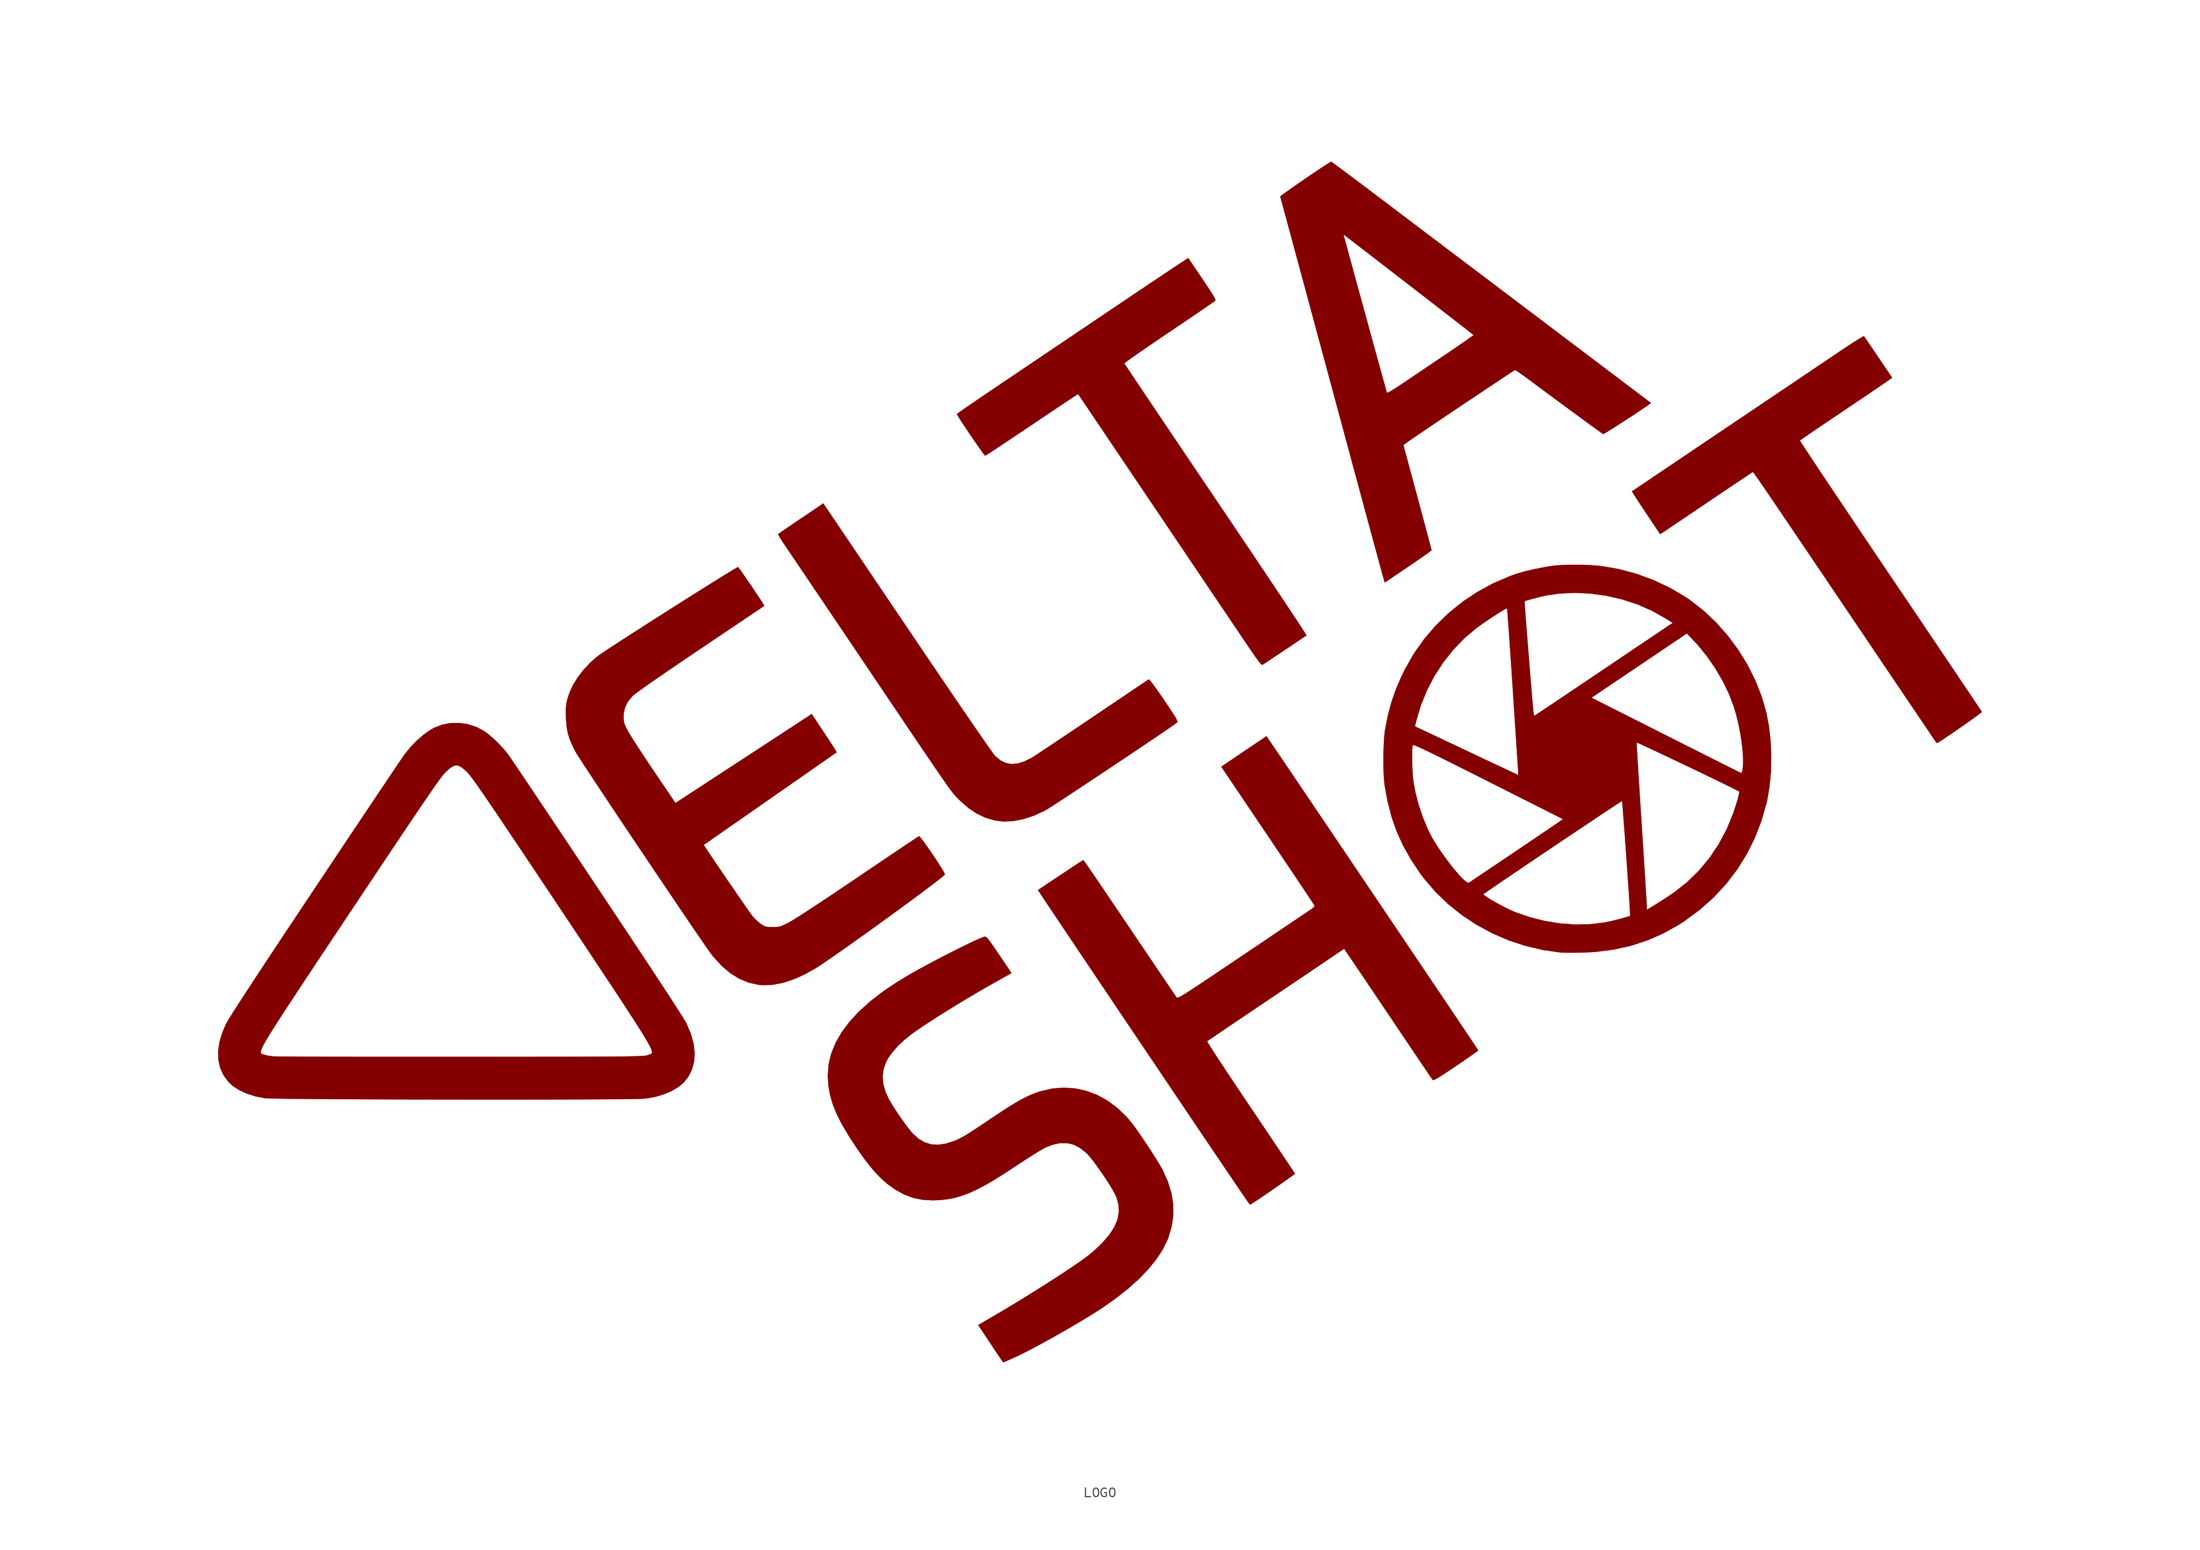
<source format=kicad_sym>
(kicad_symbol_lib
  (version 20210619)
  (generator bitmap2component)
  (symbol "LOGO"
    (pin_names
      (offset 1.016))
    (property "Reference" "#G"
      (at 0 70.485 0)
      (effects (font (size 1.27 1.27)) hide))
    (symbol "LOGO_0_0"
      (polyline (pts (xy -16.193 -58.755) (xy -16.086 -58.71) (xy -15.859 -58.612) (xy -15.542 -58.472) (xy -15.164 -58.304) (xy -15.001 -58.23) (xy -14.394 -57.937) (xy -13.674 -57.57) (xy -12.867 -57.143) (xy -11.995 -56.668) (xy -11.082 -56.158) (xy -10.152 -55.627) (xy -9.228 -55.088) (xy -8.334 -54.553) (xy -7.493 -54.037) (xy -6.754 -53.562) (xy -5.437 -52.641) (xy -4.247 -51.704) (xy -3.192 -50.759) (xy -2.279 -49.812) (xy -1.513 -48.869) (xy -0.901 -47.938) (xy -0.45 -47.024) (xy -0.35 -46.766) (xy -0.033 -45.7) (xy 0.121 -44.638) (xy 0.111 -43.571) (xy -0.064 -42.493) (xy -0.403 -41.396) (xy -0.907 -40.272) (xy -0.925 -40.24) (xy -1.11 -39.91) (xy -1.373 -39.475) (xy -1.693 -38.963) (xy -2.053 -38.402) (xy -2.434 -37.822) (xy -2.816 -37.251) (xy -3.18 -36.718) (xy -3.509 -36.252) (xy -3.783 -35.88) (xy -4.398 -35.148) (xy -5.268 -34.315) (xy -6.201 -33.626) (xy -7.188 -33.085) (xy -8.22 -32.696) (xy -9.287 -32.462) (xy -10.377 -32.387) (xy -11.483 -32.474) (xy -12.594 -32.726) (xy -13.008 -32.862) (xy -13.469 -33.039) (xy -13.945 -33.254) (xy -14.456 -33.517) (xy -15.02 -33.839) (xy -15.66 -34.231) (xy -16.394 -34.705) (xy -17.242 -35.27) (xy -17.802 -35.647) (xy -18.438 -36.072) (xy -18.964 -36.419) (xy -19.398 -36.699) (xy -19.757 -36.923) (xy -20.058 -37.099) (xy -20.319 -37.24) (xy -20.556 -37.355) (xy -20.788 -37.455) (xy -21.031 -37.549) (xy -21.693 -37.757) (xy -22.435 -37.87) (xy -23.117 -37.828) (xy -23.751 -37.631) (xy -24.345 -37.275) (xy -24.909 -36.758) (xy -25.023 -36.628) (xy -25.3 -36.281) (xy -25.628 -35.843) (xy -25.981 -35.346) (xy -26.336 -34.828) (xy -26.669 -34.322) (xy -26.954 -33.865) (xy -27.169 -33.49) (xy -27.482 -32.809) (xy -27.706 -32.029) (xy -27.767 -31.281) (xy -27.665 -30.557) (xy -27.401 -29.852) (xy -27.265 -29.603) (xy -26.864 -29.027) (xy -26.341 -28.429) (xy -25.721 -27.837) (xy -25.029 -27.277) (xy -24.754 -27.077) (xy -24.137 -26.649) (xy -23.403 -26.161) (xy -22.573 -25.625) (xy -21.668 -25.055) (xy -20.708 -24.463) (xy -19.715 -23.863) (xy -18.709 -23.268) (xy -17.71 -22.689) (xy -16.741 -22.141) (xy -15.406 -21.396) (xy -15.547 -21.175) (xy -15.571 -21.139) (xy -15.691 -20.958) (xy -15.885 -20.67) (xy -16.136 -20.299) (xy -16.427 -19.869) (xy -16.743 -19.403) (xy -16.869 -19.218) (xy -17.187 -18.754) (xy -17.43 -18.409) (xy -17.612 -18.168) (xy -17.745 -18.012) (xy -17.845 -17.927) (xy -17.925 -17.895) (xy -17.998 -17.901) (xy -18.159 -17.953) (xy -18.49 -18.088) (xy -18.937 -18.288) (xy -19.481 -18.545) (xy -20.104 -18.848) (xy -20.787 -19.188) (xy -21.511 -19.556) (xy -22.259 -19.942) (xy -23.01 -20.338) (xy -23.747 -20.733) (xy -24.451 -21.119) (xy -25.104 -21.486) (xy -26.274 -22.184) (xy -27.687 -23.128) (xy -28.935 -24.088) (xy -30.019 -25.063) (xy -30.938 -26.053) (xy -31.69 -27.056) (xy -32.276 -28.073) (xy -32.694 -29.101) (xy -32.945 -30.141) (xy -33.027 -31.192) (xy -33.027 -31.232) (xy -32.973 -32.158) (xy -32.818 -33.067) (xy -32.554 -33.982) (xy -32.173 -34.927) (xy -31.669 -35.922) (xy -31.032 -36.991) (xy -30.86 -37.262) (xy -30.176 -38.298) (xy -29.543 -39.193) (xy -28.95 -39.961) (xy -28.387 -40.614) (xy -27.842 -41.166) (xy -27.306 -41.63) (xy -26.567 -42.162) (xy -25.71 -42.638) (xy -24.837 -42.964) (xy -23.924 -43.149) (xy -22.945 -43.202) (xy -22.252 -43.175) (xy -21.572 -43.101) (xy -20.903 -42.973) (xy -20.227 -42.784) (xy -19.528 -42.527) (xy -18.788 -42.194) (xy -17.99 -41.778) (xy -17.116 -41.273) (xy -16.148 -40.671) (xy -15.071 -39.965) (xy -14.771 -39.766) (xy -14.188 -39.384) (xy -13.633 -39.028) (xy -13.13 -38.711) (xy -12.7 -38.448) (xy -12.366 -38.252) (xy -12.15 -38.138) (xy -11.442 -37.861) (xy -10.728 -37.706) (xy -10.063 -37.706) (xy -9.433 -37.862) (xy -8.825 -38.178) (xy -8.224 -38.654) (xy -8.065 -38.817) (xy -7.781 -39.153) (xy -7.447 -39.584) (xy -7.082 -40.083) (xy -6.706 -40.62) (xy -6.338 -41.167) (xy -5.998 -41.697) (xy -5.705 -42.179) (xy -5.478 -42.586) (xy -5.337 -42.889) (xy -5.323 -42.926) (xy -5.135 -43.64) (xy -5.106 -44.343) (xy -5.235 -45.043) (xy -5.527 -45.746) (xy -5.982 -46.459) (xy -6.603 -47.188) (xy -6.847 -47.436) (xy -7.247 -47.818) (xy -7.651 -48.181) (xy -8 -48.47) (xy -8.422 -48.785) (xy -8.993 -49.189) (xy -9.676 -49.655) (xy -10.451 -50.171) (xy -11.301 -50.726) (xy -12.207 -51.307) (xy -13.151 -51.903) (xy -14.115 -52.502) (xy -15.08 -53.093) (xy -16.028 -53.664) (xy -16.941 -54.202) (xy -18.6 -55.17) (xy -17.407 -56.962) (xy -17.128 -57.38) (xy -16.83 -57.824) (xy -16.576 -58.203) (xy -16.377 -58.497) (xy -16.247 -58.688) (xy -16.198 -58.756) (xy -16.193 -58.755)) (stroke (width 0.01)) (fill (type outline)))
      (polyline (pts (xy 7.531 -43.595) (xy 7.669 -43.512) (xy 7.915 -43.352) (xy 8.247 -43.131) (xy 8.645 -42.862) (xy 9.089 -42.56) (xy 9.557 -42.238) (xy 10.03 -41.912) (xy 10.485 -41.594) (xy 10.904 -41.3) (xy 11.265 -41.044) (xy 11.547 -40.84) (xy 11.73 -40.702) (xy 11.794 -40.645) (xy 11.746 -40.568) (xy 11.61 -40.361) (xy 11.393 -40.033) (xy 11.101 -39.595) (xy 10.742 -39.057) (xy 10.321 -38.429) (xy 9.847 -37.72) (xy 9.324 -36.941) (xy 8.761 -36.103) (xy 8.163 -35.215) (xy 7.538 -34.286) (xy 6.916 -33.361) (xy 6.322 -32.474) (xy 5.763 -31.636) (xy 5.246 -30.858) (xy 4.778 -30.15) (xy 4.365 -29.522) (xy 4.015 -28.984) (xy 3.733 -28.546) (xy 3.526 -28.219) (xy 3.401 -28.011) (xy 3.364 -27.934) (xy 3.367 -27.931) (xy 3.467 -27.862) (xy 3.694 -27.706) (xy 4.038 -27.473) (xy 4.488 -27.167) (xy 5.034 -26.798) (xy 5.663 -26.373) (xy 6.366 -25.898) (xy 7.131 -25.382) (xy 7.948 -24.831) (xy 8.805 -24.254) (xy 9.625 -23.702) (xy 10.503 -23.11) (xy 11.354 -22.538) (xy 12.162 -21.993) (xy 12.915 -21.486) (xy 13.597 -21.026) (xy 14.195 -20.622) (xy 14.695 -20.285) (xy 15.083 -20.023) (xy 15.344 -19.846) (xy 16.507 -19.059) (xy 17.3 -20.219) (xy 17.402 -20.369) (xy 17.637 -20.716) (xy 17.951 -21.18) (xy 18.333 -21.745) (xy 18.773 -22.398) (xy 19.262 -23.124) (xy 19.789 -23.907) (xy 20.345 -24.734) (xy 20.92 -25.589) (xy 21.503 -26.458) (xy 21.983 -27.171) (xy 22.522 -27.973) (xy 23.028 -28.725) (xy 23.494 -29.416) (xy 23.913 -30.035) (xy 24.275 -30.57) (xy 24.574 -31.01) (xy 24.802 -31.343) (xy 24.951 -31.559) (xy 25.013 -31.645) (xy 25.024 -31.654) (xy 25.095 -31.654) (xy 25.227 -31.603) (xy 25.432 -31.493) (xy 25.723 -31.316) (xy 26.114 -31.065) (xy 26.617 -30.732) (xy 27.246 -30.309) (xy 27.464 -30.161) (xy 27.978 -29.81) (xy 28.437 -29.495) (xy 28.824 -29.226) (xy 29.121 -29.016) (xy 29.312 -28.876) (xy 29.379 -28.819) (xy 29.378 -28.816) (xy 29.317 -28.719) (xy 29.168 -28.492) (xy 28.939 -28.147) (xy 28.637 -27.692) (xy 28.267 -27.138) (xy 27.836 -26.495) (xy 27.351 -25.772) (xy 26.819 -24.979) (xy 26.246 -24.127) (xy 25.639 -23.224) (xy 25.004 -22.282) (xy 23.777 -20.461) (xy 22.382 -18.391) (xy 21.076 -16.453) (xy 19.858 -14.646) (xy 18.724 -12.964) (xy 17.672 -11.403) (xy 16.699 -9.96) (xy 15.803 -8.632) (xy 14.981 -7.412) (xy 14.231 -6.3) (xy 13.549 -5.289) (xy 12.933 -4.376) (xy 12.381 -3.558) (xy 11.89 -2.83) (xy 11.457 -2.189) (xy 11.08 -1.631) (xy 10.755 -1.151) (xy 10.482 -0.746) (xy 10.255 -0.412) (xy 10.074 -0.145) (xy 9.936 0.058) (xy 9.059 1.344) (xy 7.089 0.016) (xy 7.044 -0.015) (xy 6.524 -0.365) (xy 6.045 -0.69) (xy 5.624 -0.974) (xy 5.284 -1.205) (xy 5.044 -1.369) (xy 4.924 -1.452) (xy 4.729 -1.591) (xy 9.179 -8.194) (xy 9.34 -8.433) (xy 9.976 -9.377) (xy 10.583 -10.28) (xy 11.155 -11.131) (xy 11.685 -11.921) (xy 12.167 -12.641) (xy 12.594 -13.279) (xy 12.959 -13.827) (xy 13.256 -14.274) (xy 13.478 -14.611) (xy 13.619 -14.827) (xy 13.671 -14.912) (xy 13.666 -14.968) (xy 13.549 -15.113) (xy 13.313 -15.294) (xy 13.216 -15.359) (xy 12.98 -15.518) (xy 12.623 -15.758) (xy 12.156 -16.072) (xy 11.59 -16.453) (xy 10.937 -16.893) (xy 10.207 -17.384) (xy 9.41 -17.921) (xy 8.559 -18.495) (xy 7.663 -19.098) (xy 6.734 -19.724) (xy 5.666 -20.444) (xy 4.721 -21.08) (xy 3.898 -21.632) (xy 3.19 -22.106) (xy 2.587 -22.507) (xy 2.081 -22.84) (xy 1.663 -23.112) (xy 1.325 -23.328) (xy 1.056 -23.494) (xy 0.85 -23.614) (xy 0.697 -23.695) (xy 0.588 -23.741) (xy 0.516 -23.76) (xy 0.47 -23.755) (xy 0.442 -23.734) (xy 0.389 -23.656) (xy 0.246 -23.447) (xy 0.023 -23.118) (xy -0.273 -22.683) (xy -0.632 -22.151) (xy -1.049 -21.536) (xy -1.514 -20.847) (xy -2.021 -20.096) (xy -2.562 -19.296) (xy -3.128 -18.457) (xy -3.716 -17.585) (xy -4.479 -16.456) (xy -5.155 -15.454) (xy -5.751 -14.572) (xy -6.271 -13.802) (xy -6.721 -13.137) (xy -7.106 -12.569) (xy -7.432 -12.091) (xy -7.702 -11.694) (xy -7.924 -11.372) (xy -8.101 -11.116) (xy -8.239 -10.92) (xy -8.344 -10.775) (xy -8.42 -10.674) (xy -8.473 -10.609) (xy -8.507 -10.573) (xy -8.529 -10.558) (xy -8.543 -10.557) (xy -8.545 -10.559) (xy -8.641 -10.618) (xy -8.854 -10.756) (xy -9.162 -10.958) (xy -9.544 -11.211) (xy -9.98 -11.499) (xy -10.448 -11.81) (xy -10.927 -12.129) (xy -11.396 -12.442) (xy -11.835 -12.736) (xy -12.221 -12.995) (xy -12.534 -13.206) (xy -12.754 -13.355) (xy -12.857 -13.428) (xy -12.84 -13.458) (xy -12.738 -13.615) (xy -12.55 -13.899) (xy -12.282 -14.303) (xy -11.938 -14.819) (xy -11.524 -15.439) (xy -11.044 -16.155) (xy -10.506 -16.959) (xy -9.913 -17.844) (xy -9.271 -18.801) (xy -8.585 -19.823) (xy -7.86 -20.902) (xy -7.103 -22.029) (xy -6.317 -23.198) (xy -5.509 -24.401) (xy -4.683 -25.628) (xy -3.845 -26.874) (xy -3.001 -28.129) (xy -2.155 -29.387) (xy -1.312 -30.638) (xy -0.479 -31.875) (xy 0.34 -33.091) (xy 1.14 -34.278) (xy 1.914 -35.427) (xy 2.659 -36.532) (xy 3.368 -37.583) (xy 4.036 -38.573) (xy 4.659 -39.495) (xy 5.23 -40.34) (xy 5.745 -41.101) (xy 6.197 -41.77) (xy 6.583 -42.338) (xy 6.896 -42.799) (xy 7.132 -43.144) (xy 7.285 -43.365) (xy 7.349 -43.455) (xy 7.436 -43.547) (xy 7.509 -43.603) (xy 7.531 -43.595)) (stroke (width 0.01)) (fill (type outline)))
      (polyline (pts (xy -64.075 -33.528) (xy -62.595 -33.527) (xy -61.155 -33.526) (xy -59.766 -33.523) (xy -58.438 -33.52) (xy -57.179 -33.516) (xy -56 -33.511) (xy -54.911 -33.506) (xy -53.921 -33.499) (xy -53.041 -33.492) (xy -52.281 -33.484) (xy -51.649 -33.475) (xy -51.157 -33.465) (xy -50.813 -33.454) (xy -50.628 -33.442) (xy -50.218 -33.387) (xy -49.464 -33.239) (xy -48.78 -33.032) (xy -48.102 -32.748) (xy -48.05 -32.723) (xy -47.371 -32.332) (xy -46.831 -31.878) (xy -46.409 -31.341) (xy -46.062 -30.654) (xy -45.854 -29.879) (xy -45.801 -29.047) (xy -45.904 -28.162) (xy -46.162 -27.23) (xy -46.576 -26.254) (xy -46.591 -26.224) (xy -46.717 -26.002) (xy -46.929 -25.653) (xy -47.227 -25.178) (xy -47.612 -24.575) (xy -48.085 -23.843) (xy -48.647 -22.981) (xy -49.298 -21.987) (xy -50.04 -20.86) (xy -50.872 -19.599) (xy -51.797 -18.203) (xy -52.814 -16.671) (xy -53.925 -15.001) (xy -55.129 -13.192) (xy -55.296 -12.942) (xy -56.166 -11.638) (xy -57.014 -10.367) (xy -57.834 -9.138) (xy -58.623 -7.958) (xy -59.374 -6.834) (xy -60.083 -5.775) (xy -60.744 -4.787) (xy -61.353 -3.88) (xy -61.904 -3.059) (xy -62.391 -2.334) (xy -62.811 -1.711) (xy -63.157 -1.199) (xy -63.425 -0.804) (xy -63.609 -0.535) (xy -63.705 -0.4) (xy -64.1 0.088) (xy -64.579 0.607) (xy -65.088 1.101) (xy -65.586 1.53) (xy -66.033 1.856) (xy -66.691 2.207) (xy -67.51 2.483) (xy -68.361 2.616) (xy -69.214 2.604) (xy -70.045 2.445) (xy -70.824 2.138) (xy -71.172 1.939) (xy -71.808 1.487) (xy -72.451 0.926) (xy -73.067 0.29) (xy -73.623 -0.392) (xy -73.634 -0.407) (xy -73.747 -0.569) (xy -73.947 -0.863) (xy -74.231 -1.281) (xy -74.591 -1.816) (xy -75.024 -2.459) (xy -75.524 -3.204) (xy -76.087 -4.042) (xy -76.706 -4.966) (xy -77.376 -5.968) (xy -78.094 -7.041) (xy -78.853 -8.176) (xy -79.648 -9.366) (xy -80.474 -10.604) (xy -81.327 -11.882) (xy -82.2 -13.192) (xy -82.447 -13.562) (xy -83.633 -15.344) (xy -84.725 -16.986) (xy -85.724 -18.491) (xy -86.63 -19.86) (xy -87.444 -21.094) (xy -88.168 -22.195) (xy -88.801 -23.162) (xy -89.345 -23.999) (xy -89.801 -24.705) (xy -90.168 -25.283) (xy -90.449 -25.732) (xy -90.644 -26.056) (xy -90.754 -26.254) (xy -91.09 -27.021) (xy -91.381 -27.959) (xy -91.518 -28.849) (xy -91.514 -29.034) (xy -87.438 -29.034) (xy -87.421 -28.884) (xy -87.415 -28.86) (xy -87.38 -28.747) (xy -87.325 -28.61) (xy -87.247 -28.442) (xy -87.141 -28.238) (xy -87.004 -27.992) (xy -86.832 -27.697) (xy -86.62 -27.347) (xy -86.366 -26.937) (xy -86.064 -26.459) (xy -85.712 -25.908) (xy -85.304 -25.278) (xy -84.838 -24.563) (xy -84.308 -23.756) (xy -83.712 -22.851) (xy -83.046 -21.843) (xy -82.304 -20.724) (xy -81.484 -19.489) (xy -80.582 -18.133) (xy -79.593 -16.648) (xy -78.513 -15.028) (xy -77.78 -13.928) (xy -76.789 -12.443) (xy -75.885 -11.089) (xy -75.063 -9.859) (xy -74.319 -8.747) (xy -73.649 -7.748) (xy -73.048 -6.854) (xy -72.513 -6.06) (xy -72.039 -5.359) (xy -71.622 -4.746) (xy -71.257 -4.214) (xy -70.941 -3.757) (xy -70.67 -3.368) (xy -70.438 -3.043) (xy -70.242 -2.773) (xy -70.077 -2.554) (xy -69.94 -2.378) (xy -69.826 -2.241) (xy -69.73 -2.135) (xy -69.65 -2.054) (xy -69.638 -2.043) (xy -69.255 -1.711) (xy -68.941 -1.512) (xy -68.661 -1.447) (xy -68.38 -1.516) (xy -68.065 -1.718) (xy -67.68 -2.054) (xy -67.626 -2.107) (xy -67.535 -2.205) (xy -67.427 -2.332) (xy -67.298 -2.494) (xy -67.142 -2.699) (xy -66.957 -2.953) (xy -66.736 -3.26) (xy -66.477 -3.628) (xy -66.176 -4.063) (xy -65.827 -4.571) (xy -65.427 -5.159) (xy -64.971 -5.831) (xy -64.455 -6.595) (xy -63.876 -7.457) (xy -63.228 -8.423) (xy -62.507 -9.499) (xy -61.71 -10.691) (xy -60.832 -12.006) (xy -59.869 -13.45) (xy -58.816 -15.028) (xy -58.529 -15.459) (xy -57.474 -17.042) (xy -56.508 -18.493) (xy -55.627 -19.818) (xy -54.828 -21.021) (xy -54.106 -22.11) (xy -53.458 -23.091) (xy -52.88 -23.97) (xy -52.367 -24.753) (xy -51.917 -25.445) (xy -51.524 -26.054) (xy -51.185 -26.586) (xy -50.896 -27.045) (xy -50.653 -27.44) (xy -50.452 -27.775) (xy -50.288 -28.057) (xy -50.16 -28.293) (xy -50.061 -28.487) (xy -49.989 -28.647) (xy -49.939 -28.778) (xy -49.907 -28.887) (xy -49.888 -29.003) (xy -49.922 -29.097) (xy -50.05 -29.174) (xy -50.305 -29.267) (xy -50.341 -29.279) (xy -50.406 -29.296) (xy -50.486 -29.311) (xy -50.59 -29.325) (xy -50.724 -29.338) (xy -50.895 -29.35) (xy -51.11 -29.36) (xy -51.376 -29.37) (xy -51.7 -29.379) (xy -52.089 -29.386) (xy -52.549 -29.393) (xy -53.089 -29.399) (xy -53.714 -29.404) (xy -54.431 -29.409) (xy -55.249 -29.413) (xy -56.173 -29.416) (xy -57.211 -29.419) (xy -58.369 -29.422) (xy -59.655 -29.424) (xy -61.075 -29.426) (xy -62.637 -29.427) (xy -64.347 -29.429) (xy -66.213 -29.43) (xy -68.241 -29.431) (xy -69.341 -29.432) (xy -71.032 -29.432) (xy -72.677 -29.432) (xy -74.268 -29.431) (xy -75.796 -29.43) (xy -77.254 -29.428) (xy -78.633 -29.426) (xy -79.925 -29.424) (xy -81.122 -29.421) (xy -82.215 -29.417) (xy -83.196 -29.413) (xy -84.057 -29.409) (xy -84.79 -29.404) (xy -85.387 -29.4) (xy -85.838 -29.394) (xy -86.137 -29.389) (xy -86.275 -29.383) (xy -86.541 -29.348) (xy -86.886 -29.284) (xy -87.15 -29.216) (xy -87.179 -29.206) (xy -87.37 -29.126) (xy -87.438 -29.034) (xy -91.514 -29.034) (xy -91.502 -29.686) (xy -91.334 -30.466) (xy -91.012 -31.183) (xy -90.539 -31.83) (xy -90.135 -32.206) (xy -89.512 -32.614) (xy -88.771 -32.957) (xy -87.938 -33.222) (xy -87.037 -33.399) (xy -87.003 -33.402) (xy -86.783 -33.414) (xy -86.405 -33.426) (xy -85.881 -33.437) (xy -85.22 -33.447) (xy -84.432 -33.457) (xy -83.527 -33.466) (xy -82.515 -33.475) (xy -81.405 -33.483) (xy -80.208 -33.49) (xy -78.933 -33.497) (xy -77.59 -33.503) (xy -76.189 -33.509) (xy -74.74 -33.514) (xy -73.252 -33.518) (xy -71.736 -33.521) (xy -70.202 -33.524) (xy -68.659 -33.526) (xy -67.116 -33.528) (xy -65.585 -33.528) (xy -64.075 -33.528)) (stroke (width 0.01)) (fill (type outline)))
      (polyline (pts (xy -38.317 -22.513) (xy -37.342 -22.327) (xy -36.324 -21.999) (xy -35.274 -21.533) (xy -34.205 -20.932) (xy -33.963 -20.778) (xy -33.54 -20.498) (xy -33.026 -20.148) (xy -32.43 -19.738) (xy -31.767 -19.274) (xy -31.047 -18.768) (xy -30.284 -18.226) (xy -29.489 -17.658) (xy -28.674 -17.074) (xy -27.852 -16.48) (xy -27.035 -15.888) (xy -26.234 -15.305) (xy -25.463 -14.739) (xy -24.733 -14.201) (xy -24.056 -13.699) (xy -23.445 -13.241) (xy -22.911 -12.836) (xy -22.467 -12.494) (xy -22.125 -12.223) (xy -21.898 -12.032) (xy -21.796 -11.929) (xy -21.795 -11.91) (xy -21.853 -11.773) (xy -21.989 -11.529) (xy -22.188 -11.202) (xy -22.434 -10.815) (xy -22.713 -10.39) (xy -23.008 -9.949) (xy -23.305 -9.516) (xy -23.588 -9.113) (xy -23.842 -8.763) (xy -24.052 -8.488) (xy -24.202 -8.311) (xy -24.277 -8.254) (xy -24.305 -8.271) (xy -24.46 -8.37) (xy -24.739 -8.555) (xy -25.131 -8.816) (xy -25.626 -9.147) (xy -26.213 -9.541) (xy -26.882 -9.991) (xy -27.622 -10.489) (xy -28.422 -11.029) (xy -29.272 -11.604) (xy -30.161 -12.206) (xy -30.885 -12.695) (xy -31.885 -13.368) (xy -32.821 -13.994) (xy -33.683 -14.567) (xy -34.462 -15.081) (xy -35.149 -15.53) (xy -35.734 -15.907) (xy -36.209 -16.207) (xy -36.562 -16.422) (xy -36.786 -16.548) (xy -36.975 -16.643) (xy -37.301 -16.8) (xy -37.549 -16.897) (xy -37.769 -16.95) (xy -38.01 -16.971) (xy -38.321 -16.976) (xy -38.559 -16.974) (xy -38.834 -16.958) (xy -39.037 -16.912) (xy -39.228 -16.818) (xy -39.466 -16.661) (xy -39.691 -16.486) (xy -40.014 -16.187) (xy -40.288 -15.884) (xy -40.328 -15.832) (xy -40.469 -15.635) (xy -40.682 -15.332) (xy -40.956 -14.939) (xy -41.279 -14.472) (xy -41.64 -13.948) (xy -42.028 -13.383) (xy -42.431 -12.794) (xy -42.839 -12.196) (xy -43.241 -11.607) (xy -43.625 -11.042) (xy -43.979 -10.518) (xy -44.294 -10.052) (xy -44.557 -9.66) (xy -44.757 -9.357) (xy -44.884 -9.162) (xy -44.925 -9.089) (xy -44.925 -9.089) (xy -44.841 -9.03) (xy -44.63 -8.882) (xy -44.3 -8.651) (xy -43.861 -8.345) (xy -43.323 -7.97) (xy -42.697 -7.533) (xy -41.99 -7.041) (xy -41.214 -6.5) (xy -40.378 -5.918) (xy -39.492 -5.301) (xy -38.566 -4.656) (xy -38.471 -4.59) (xy -37.548 -3.947) (xy -36.665 -3.332) (xy -35.833 -2.753) (xy -35.062 -2.215) (xy -34.361 -1.726) (xy -33.74 -1.293) (xy -33.209 -0.923) (xy -32.778 -0.622) (xy -32.456 -0.397) (xy -32.254 -0.255) (xy -32.181 -0.203) (xy -32.21 -0.14) (xy -32.32 0.047) (xy -32.503 0.339) (xy -32.744 0.716) (xy -33.034 1.16) (xy -33.359 1.651) (xy -34.571 3.473) (xy -34.79 3.329) (xy -34.793 3.327) (xy -34.944 3.227) (xy -35.224 3.044) (xy -35.618 2.786) (xy -36.113 2.462) (xy -36.696 2.081) (xy -37.353 1.652) (xy -38.07 1.183) (xy -38.835 0.683) (xy -39.634 0.161) (xy -40.453 -0.374) (xy -41.278 -0.913) (xy -42.098 -1.448) (xy -42.897 -1.971) (xy -43.663 -2.471) (xy -44.382 -2.94) (xy -45.04 -3.37) (xy -45.625 -3.752) (xy -46.123 -4.077) (xy -46.52 -4.336) (xy -46.802 -4.52) (xy -46.958 -4.621) (xy -47.645 -5.066) (xy -49.746 -1.962) (xy -49.992 -1.597) (xy -50.441 -0.925) (xy -50.867 -0.28) (xy -51.259 0.321) (xy -51.603 0.857) (xy -51.889 1.31) (xy -52.103 1.661) (xy -52.233 1.892) (xy -52.386 2.193) (xy -52.512 2.476) (xy -52.582 2.71) (xy -52.613 2.948) (xy -52.62 3.246) (xy -52.607 3.529) (xy -52.473 4.126) (xy -52.189 4.681) (xy -51.745 5.218) (xy -51.74 5.223) (xy -51.591 5.347) (xy -51.308 5.559) (xy -50.901 5.853) (xy -50.378 6.223) (xy -49.746 6.664) (xy -49.014 7.17) (xy -48.191 7.734) (xy -47.283 8.353) (xy -46.299 9.02) (xy -45.248 9.729) (xy -44.504 10.23) (xy -43.624 10.822) (xy -42.793 11.382) (xy -42.021 11.902) (xy -41.318 12.375) (xy -40.695 12.795) (xy -40.161 13.155) (xy -39.727 13.447) (xy -39.403 13.666) (xy -39.199 13.804) (xy -39.126 13.854) (xy -39.136 13.884) (xy -39.221 14.032) (xy -39.379 14.283) (xy -39.595 14.615) (xy -39.853 15.005) (xy -40.139 15.433) (xy -40.438 15.874) (xy -40.734 16.308) (xy -41.013 16.711) (xy -41.258 17.062) (xy -41.457 17.338) (xy -41.592 17.517) (xy -41.649 17.577) (xy -41.677 17.562) (xy -41.915 17.426) (xy -42.279 17.209) (xy -42.754 16.919) (xy -43.328 16.565) (xy -43.987 16.156) (xy -44.717 15.699) (xy -45.506 15.204) (xy -46.339 14.678) (xy -47.203 14.132) (xy -48.086 13.572) (xy -48.972 13.009) (xy -49.85 12.449) (xy -50.705 11.902) (xy -51.523 11.377) (xy -52.293 10.882) (xy -52.999 10.425) (xy -53.63 10.014) (xy -54.17 9.66) (xy -54.607 9.369) (xy -54.928 9.152) (xy -55.118 9.015) (xy -55.194 8.955) (xy -55.848 8.375) (xy -56.461 7.713) (xy -57.006 7.007) (xy -57.453 6.294) (xy -57.773 5.61) (xy -57.873 5.339) (xy -58.012 4.911) (xy -58.1 4.528) (xy -58.147 4.134) (xy -58.16 3.679) (xy -58.147 3.108) (xy -58.138 2.906) (xy -58.083 2.257) (xy -57.98 1.679) (xy -57.815 1.122) (xy -57.574 0.534) (xy -57.242 -0.136) (xy -57.198 -0.213) (xy -57.053 -0.446) (xy -56.824 -0.802) (xy -56.518 -1.272) (xy -56.143 -1.845) (xy -55.704 -2.511) (xy -55.21 -3.258) (xy -54.666 -4.077) (xy -54.08 -4.958) (xy -53.459 -5.89) (xy -52.81 -6.863) (xy -52.139 -7.866) (xy -51.454 -8.889) (xy -50.761 -9.922) (xy -50.069 -10.954) (xy -49.382 -11.975) (xy -48.709 -12.975) (xy -48.056 -13.943) (xy -47.431 -14.868) (xy -46.84 -15.742) (xy -46.29 -16.552) (xy -45.788 -17.29) (xy -45.342 -17.943) (xy -44.957 -18.503) (xy -44.642 -18.959) (xy -44.402 -19.3) (xy -44.245 -19.516) (xy -43.982 -19.851) (xy -43.199 -20.707) (xy -42.375 -21.404) (xy -41.511 -21.938) (xy -40.612 -22.31) (xy -39.678 -22.517) (xy -39.234 -22.554) (xy -38.317 -22.513)) (stroke (width 0.01)) (fill (type outline)))
      (polyline (pts (xy 38.794 -19.433) (xy 39.328 -19.425) (xy 40.59 -19.363) (xy 42.33 -19.147) (xy 44 -18.778) (xy 45.603 -18.255) (xy 47.146 -17.578) (xy 48.632 -16.744) (xy 49.198 -16.377) (xy 50.65 -15.303) (xy 51.975 -14.12) (xy 53.169 -12.831) (xy 54.229 -11.442) (xy 55.151 -9.958) (xy 55.932 -8.383) (xy 56.57 -6.721) (xy 57.06 -4.978) (xy 57.112 -4.742) (xy 57.333 -3.428) (xy 57.459 -2.026) (xy 57.49 -0.579) (xy 57.428 0.87) (xy 57.271 2.277) (xy 57.02 3.598) (xy 56.573 5.15) (xy 55.964 6.696) (xy 55.21 8.198) (xy 54.324 9.637) (xy 53.317 10.996) (xy 52.203 12.256) (xy 50.993 13.4) (xy 49.699 14.408) (xy 49.18 14.759) (xy 47.738 15.601) (xy 46.202 16.323) (xy 44.6 16.914) (xy 42.962 17.362) (xy 41.314 17.658) (xy 40.652 17.727) (xy 39.894 17.773) (xy 39.091 17.797) (xy 38.285 17.798) (xy 37.52 17.776) (xy 36.837 17.731) (xy 36.28 17.663) (xy 35.758 17.573) (xy 34.747 17.375) (xy 33.871 17.17) (xy 33.147 16.962) (xy 32.422 16.708) (xy 30.831 16.028) (xy 29.314 15.204) (xy 27.941 14.289) (xy 33.819 14.289) (xy 33.829 14.296) (xy 33.964 14.347) (xy 34.218 14.424) (xy 34.554 14.518) (xy 34.933 14.618) (xy 35.318 14.715) (xy 35.673 14.798) (xy 35.959 14.858) (xy 37.097 15.022) (xy 38.611 15.1) (xy 40.148 15.03) (xy 41.687 14.819) (xy 43.201 14.469) (xy 44.668 13.986) (xy 46.063 13.374) (xy 47.361 12.639) (xy 48.029 12.211) (xy 47.108 11.594) (xy 47.062 11.563) (xy 46.809 11.394) (xy 46.433 11.141) (xy 45.945 10.812) (xy 45.359 10.418) (xy 44.687 9.966) (xy 43.942 9.464) (xy 43.137 8.922) (xy 42.285 8.348) (xy 41.399 7.751) (xy 40.491 7.139) (xy 40.082 6.864) (xy 39.218 6.282) (xy 38.399 5.732) (xy 37.637 5.22) (xy 37.366 5.038) (xy 40.244 5.038) (xy 49.39 11.203) (xy 50.045 10.523) (xy 50.459 10.074) (xy 51.321 9.013) (xy 52.116 7.86) (xy 52.823 6.654) (xy 53.418 5.432) (xy 53.879 4.232) (xy 53.916 4.115) (xy 54.149 3.309) (xy 54.352 2.46) (xy 54.521 1.595) (xy 54.653 0.744) (xy 54.743 -0.063) (xy 54.789 -0.799) (xy 54.784 -1.433) (xy 54.726 -1.937) (xy 54.724 -1.951) (xy 54.672 -2.127) (xy 54.621 -2.199) (xy 54.611 -2.195) (xy 54.486 -2.135) (xy 54.223 -2.006) (xy 53.834 -1.812) (xy 53.328 -1.559) (xy 52.716 -1.253) (xy 52.008 -0.897) (xy 51.216 -0.499) (xy 50.349 -0.063) (xy 49.418 0.406) (xy 48.433 0.902) (xy 47.406 1.421) (xy 40.244 5.038) (xy 37.366 5.038) (xy 36.942 4.753) (xy 36.324 4.339) (xy 35.793 3.985) (xy 35.361 3.697) (xy 35.038 3.482) (xy 34.834 3.348) (xy 34.76 3.302) (xy 34.748 3.315) (xy 34.712 3.443) (xy 34.675 3.662) (xy 34.66 3.8) (xy 34.633 4.09) (xy 34.596 4.508) (xy 34.551 5.035) (xy 34.498 5.655) (xy 34.44 6.351) (xy 34.378 7.103) (xy 34.313 7.896) (xy 34.247 8.711) (xy 34.181 9.532) (xy 34.116 10.341) (xy 34.054 11.12) (xy 33.996 11.853) (xy 33.944 12.521) (xy 33.9 13.108) (xy 33.863 13.595) (xy 33.837 13.966) (xy 33.821 14.203) (xy 33.819 14.289) (xy 27.941 14.289) (xy 27.88 14.248) (xy 26.542 13.168) (xy 25.309 11.974) (xy 24.195 10.675) (xy 23.209 9.282) (xy 22.364 7.803) (xy 21.999 7.056) (xy 21.466 5.815) (xy 21.04 4.588) (xy 20.703 3.317) (xy 20.501 2.287) (xy 23.302 2.287) (xy 23.501 3.069) (xy 23.878 4.314) (xy 24.462 5.75) (xy 25.185 7.132) (xy 26.034 8.439) (xy 26.997 9.653) (xy 28.059 10.753) (xy 29.21 11.721) (xy 29.538 11.961) (xy 29.937 12.242) (xy 30.363 12.532) (xy 30.79 12.815) (xy 31.197 13.077) (xy 31.558 13.303) (xy 31.852 13.476) (xy 32.054 13.583) (xy 32.141 13.608) (xy 32.141 13.607) (xy 32.153 13.515) (xy 32.175 13.267) (xy 32.206 12.873) (xy 32.246 12.347) (xy 32.293 11.7) (xy 32.347 10.944) (xy 32.406 10.092) (xy 32.471 9.155) (xy 32.539 8.145) (xy 32.61 7.075) (xy 32.684 5.956) (xy 32.756 4.865) (xy 32.827 3.779) (xy 32.895 2.747) (xy 32.958 1.783) (xy 33.016 0.899) (xy 33.026 0.741) (xy 44.57 0.741) (xy 44.6 0.733) (xy 44.762 0.665) (xy 45.051 0.534) (xy 45.453 0.349) (xy 45.952 0.117) (xy 46.531 -0.155) (xy 47.176 -0.46) (xy 47.871 -0.789) (xy 48.6 -1.136) (xy 49.347 -1.493) (xy 50.098 -1.853) (xy 50.836 -2.207) (xy 51.546 -2.549) (xy 52.213 -2.872) (xy 52.82 -3.167) (xy 53.353 -3.427) (xy 53.795 -3.645) (xy 54.132 -3.814) (xy 54.346 -3.925) (xy 54.424 -3.972) (xy 54.426 -3.989) (xy 54.407 -4.141) (xy 54.351 -4.398) (xy 54.269 -4.716) (xy 53.855 -6.024) (xy 53.221 -7.562) (xy 52.458 -8.999) (xy 51.569 -10.331) (xy 50.559 -11.55) (xy 49.432 -12.653) (xy 48.192 -13.631) (xy 47.899 -13.833) (xy 47.43 -14.147) (xy 46.935 -14.468) (xy 46.481 -14.753) (xy 45.551 -15.325) (xy 45.549 -15.007) (xy 45.549 -15.005) (xy 45.543 -14.868) (xy 45.527 -14.575) (xy 45.501 -14.139) (xy 45.467 -13.571) (xy 45.424 -12.886) (xy 45.375 -12.094) (xy 45.319 -11.209) (xy 45.258 -10.243) (xy 45.191 -9.209) (xy 45.121 -8.119) (xy 45.048 -6.985) (xy 45.041 -6.88) (xy 44.969 -5.759) (xy 44.9 -4.687) (xy 44.836 -3.678) (xy 44.776 -2.742) (xy 44.723 -1.892) (xy 44.677 -1.14) (xy 44.638 -0.497) (xy 44.607 0.024) (xy 44.585 0.413) (xy 44.572 0.655) (xy 44.57 0.741) (xy 33.026 0.741) (xy 33.068 0.108) (xy 33.113 -0.578) (xy 33.151 -1.145) (xy 33.179 -1.581) (xy 33.199 -1.874) (xy 33.208 -2.011) (xy 33.213 -2.107) (xy 33.211 -2.294) (xy 33.19 -2.366) (xy 33.17 -2.358) (xy 33.022 -2.291) (xy 32.742 -2.161) (xy 32.344 -1.976) (xy 31.841 -1.74) (xy 31.25 -1.462) (xy 30.583 -1.149) (xy 29.856 -0.806) (xy 29.081 -0.44) (xy 28.864 -0.337) (xy 28.06 0.043) (xy 27.282 0.41) (xy 26.546 0.758) (xy 25.872 1.076) (xy 25.278 1.356) (xy 24.782 1.59) (xy 24.403 1.769) (xy 24.158 1.884) (xy 23.302 2.287) (xy 20.501 2.287) (xy 20.435 1.947) (xy 20.418 1.838) (xy 20.361 1.316) (xy 20.319 0.676) (xy 20.292 -0.04) (xy 20.28 -0.771) (xy 23.034 -0.771) (xy 23.036 -0.311) (xy 23.048 0.074) (xy 23.071 0.354) (xy 23.105 0.496) (xy 23.122 0.503) (xy 23.203 0.487) (xy 23.355 0.433) (xy 23.584 0.337) (xy 23.898 0.195) (xy 24.304 0.004) (xy 24.81 -0.24) (xy 25.423 -0.54) (xy 26.15 -0.899) (xy 26.998 -1.322) (xy 27.976 -1.811) (xy 29.089 -2.37) (xy 30.346 -3.004) (xy 37.513 -6.619) (xy 36.685 -7.188) (xy 36.659 -7.205) (xy 36.405 -7.379) (xy 36.03 -7.633) (xy 35.552 -7.957) (xy 34.988 -8.338) (xy 34.355 -8.766) (xy 33.672 -9.228) (xy 32.954 -9.712) (xy 32.22 -10.207) (xy 31.979 -10.369) (xy 31.288 -10.835) (xy 30.643 -11.27) (xy 30.056 -11.664) (xy 29.543 -12.01) (xy 29.115 -12.297) (xy 28.788 -12.517) (xy 28.573 -12.661) (xy 28.486 -12.719) (xy 28.379 -12.716) (xy 28.179 -12.596) (xy 27.913 -12.363) (xy 27.595 -12.035) (xy 27.237 -11.627) (xy 26.852 -11.157) (xy 26.454 -10.642) (xy 26.055 -10.098) (xy 25.67 -9.541) (xy 25.311 -8.989) (xy 24.992 -8.459) (xy 24.726 -7.966) (xy 24.534 -7.569) (xy 24.067 -6.449) (xy 23.668 -5.27) (xy 23.358 -4.088) (xy 23.153 -2.963) (xy 23.124 -2.714) (xy 23.088 -2.276) (xy 23.061 -1.784) (xy 23.043 -1.272) (xy 23.034 -0.771) (xy 20.28 -0.771) (xy 20.28 -0.792) (xy 20.284 -1.54) (xy 20.303 -2.241) (xy 20.34 -2.857) (xy 20.392 -3.344) (xy 20.672 -4.89) (xy 21.056 -6.382) (xy 21.548 -7.789) (xy 22.161 -9.142) (xy 22.907 -10.472) (xy 23.8 -11.811) (xy 24.15 -12.283) (xy 25.243 -13.566) (xy 25.504 -13.819) (xy 29.879 -13.819) (xy 29.921 -13.785) (xy 30.091 -13.662) (xy 30.381 -13.46) (xy 30.778 -13.187) (xy 31.272 -12.85) (xy 31.849 -12.456) (xy 32.499 -12.015) (xy 33.21 -11.534) (xy 33.969 -11.021) (xy 34.765 -10.484) (xy 35.586 -9.93) (xy 36.421 -9.369) (xy 37.257 -8.807) (xy 38.083 -8.252) (xy 38.886 -7.714) (xy 39.656 -7.199) (xy 40.38 -6.715) (xy 41.046 -6.271) (xy 41.644 -5.874) (xy 42.159 -5.532) (xy 42.582 -5.254) (xy 42.901 -5.047) (xy 43.102 -4.919) (xy 43.176 -4.878) (xy 43.184 -4.935) (xy 43.205 -5.146) (xy 43.234 -5.493) (xy 43.271 -5.961) (xy 43.315 -6.532) (xy 43.365 -7.188) (xy 43.419 -7.912) (xy 43.475 -8.687) (xy 43.533 -9.494) (xy 43.592 -10.317) (xy 43.65 -11.139) (xy 43.706 -11.941) (xy 43.759 -12.706) (xy 43.807 -13.418) (xy 43.85 -14.057) (xy 43.886 -14.608) (xy 43.913 -15.053) (xy 43.931 -15.373) (xy 43.938 -15.552) (xy 43.942 -15.907) (xy 43.243 -16.118) (xy 43.044 -16.175) (xy 42.59 -16.293) (xy 42.087 -16.41) (xy 41.614 -16.509) (xy 41.492 -16.532) (xy 40.143 -16.7) (xy 38.728 -16.732) (xy 37.276 -16.631) (xy 35.815 -16.4) (xy 34.373 -16.043) (xy 32.978 -15.562) (xy 32.888 -15.526) (xy 32.494 -15.352) (xy 32.058 -15.143) (xy 31.605 -14.911) (xy 31.158 -14.671) (xy 30.743 -14.435) (xy 30.383 -14.219) (xy 30.103 -14.035) (xy 29.927 -13.897) (xy 29.879 -13.819) (xy 25.504 -13.819) (xy 26.457 -14.742) (xy 27.782 -15.806) (xy 29.203 -16.749) (xy 30.71 -17.566) (xy 32.289 -18.248) (xy 33.929 -18.79) (xy 35.616 -19.183) (xy 37.338 -19.421) (xy 37.525 -19.43) (xy 37.858 -19.436) (xy 38.292 -19.437) (xy 38.794 -19.433)) (stroke (width 0.01)) (fill (type outline)))
      (polyline (pts (xy -15.265 -6.809) (xy -14.274 -6.62) (xy -13.241 -6.277) (xy -12.173 -5.782) (xy -12.041 -5.705) (xy -11.773 -5.537) (xy -11.391 -5.292) (xy -10.908 -4.979) (xy -10.338 -4.605) (xy -9.691 -4.18) (xy -8.983 -3.713) (xy -8.224 -3.211) (xy -7.428 -2.683) (xy -6.608 -2.137) (xy -5.776 -1.583) (xy -4.945 -1.028) (xy -4.128 -0.481) (xy -3.337 0.049) (xy -2.587 0.554) (xy -1.888 1.026) (xy -1.254 1.455) (xy -0.697 1.833) (xy -0.231 2.153) (xy 0.132 2.405) (xy 0.379 2.58) (xy 0.497 2.671) (xy 0.514 2.698) (xy 0.511 2.773) (xy 0.463 2.9) (xy 0.36 3.092) (xy 0.195 3.366) (xy -0.042 3.734) (xy -0.359 4.213) (xy -0.765 4.815) (xy -1.119 5.334) (xy -1.476 5.844) (xy -1.775 6.257) (xy -2.006 6.56) (xy -2.163 6.743) (xy -2.236 6.795) (xy -2.238 6.794) (xy -2.336 6.729) (xy -2.561 6.578) (xy -2.904 6.347) (xy -3.354 6.045) (xy -3.898 5.679) (xy -4.526 5.256) (xy -5.227 4.784) (xy -5.99 4.269) (xy -6.805 3.721) (xy -7.659 3.145) (xy -7.684 3.127) (xy -8.549 2.545) (xy -9.382 1.985) (xy -10.171 1.456) (xy -10.905 0.965) (xy -11.57 0.52) (xy -12.156 0.131) (xy -12.65 -0.197) (xy -13.039 -0.453) (xy -13.313 -0.631) (xy -13.458 -0.722) (xy -14.167 -1.078) (xy -14.816 -1.282) (xy -15.412 -1.331) (xy -15.964 -1.226) (xy -16.482 -0.965) (xy -16.976 -0.549) (xy -16.998 -0.523) (xy -17.128 -0.355) (xy -17.346 -0.054) (xy -17.649 0.375) (xy -18.033 0.924) (xy -18.494 1.589) (xy -19.027 2.363) (xy -19.629 3.24) (xy -20.296 4.215) (xy -21.023 5.282) (xy -21.807 6.434) (xy -22.643 7.666) (xy -23.529 8.972) (xy -24.458 10.347) (xy -25.428 11.783) (xy -33.457 23.685) (xy -35.588 22.246) (xy -35.795 22.107) (xy -36.315 21.755) (xy -36.783 21.437) (xy -37.181 21.166) (xy -37.493 20.952) (xy -37.7 20.809) (xy -37.784 20.749) (xy -37.785 20.748) (xy -37.762 20.656) (xy -37.657 20.456) (xy -37.488 20.178) (xy -37.269 19.849) (xy -37.19 19.733) (xy -37.007 19.463) (xy -36.739 19.067) (xy -36.393 18.556) (xy -35.975 17.937) (xy -35.49 17.219) (xy -34.945 16.411) (xy -34.345 15.522) (xy -33.697 14.561) (xy -33.006 13.536) (xy -32.278 12.456) (xy -31.519 11.33) (xy -30.735 10.167) (xy -29.932 8.975) (xy -29.212 7.905) (xy -28.213 6.423) (xy -27.302 5.07) (xy -26.473 3.841) (xy -25.724 2.729) (xy -25.048 1.727) (xy -24.442 0.831) (xy -23.902 0.032) (xy -23.424 -0.674) (xy -23.001 -1.296) (xy -22.632 -1.837) (xy -22.31 -2.307) (xy -22.032 -2.709) (xy -21.794 -3.052) (xy -21.591 -3.34) (xy -21.418 -3.582) (xy -21.271 -3.781) (xy -21.147 -3.947) (xy -21.04 -4.083) (xy -20.946 -4.198) (xy -20.861 -4.296) (xy -20.781 -4.386) (xy -20.701 -4.472) (xy -20.616 -4.561) (xy -20.312 -4.871) (xy -19.531 -5.554) (xy -18.736 -6.085) (xy -17.909 -6.475) (xy -17.03 -6.736) (xy -16.207 -6.843) (xy -15.265 -6.809)) (stroke (width 0.01)) (fill (type outline)))
      (polyline (pts (xy 73.419 0.69) (xy 73.565 0.774) (xy 73.817 0.936) (xy 74.154 1.159) (xy 74.556 1.431) (xy 75.002 1.736) (xy 75.471 2.061) (xy 75.944 2.39) (xy 76.399 2.711) (xy 76.816 3.008) (xy 77.174 3.268) (xy 77.454 3.475) (xy 77.635 3.616) (xy 77.695 3.677) (xy 77.665 3.725) (xy 77.546 3.906) (xy 77.339 4.216) (xy 77.051 4.646) (xy 76.686 5.19) (xy 76.249 5.842) (xy 75.744 6.593) (xy 75.176 7.438) (xy 74.55 8.369) (xy 73.87 9.379) (xy 73.141 10.46) (xy 72.368 11.608) (xy 71.556 12.813) (xy 70.709 14.069) (xy 69.832 15.37) (xy 68.929 16.708) (xy 68.23 17.745) (xy 67.348 19.054) (xy 66.495 20.32) (xy 65.678 21.537) (xy 64.899 22.697) (xy 64.164 23.793) (xy 63.477 24.818) (xy 62.843 25.766) (xy 62.268 26.629) (xy 61.754 27.401) (xy 61.307 28.074) (xy 60.932 28.642) (xy 60.633 29.097) (xy 60.416 29.433) (xy 60.283 29.643) (xy 60.241 29.72) (xy 60.26 29.736) (xy 60.398 29.837) (xy 60.658 30.018) (xy 61.025 30.272) (xy 61.488 30.588) (xy 62.033 30.959) (xy 62.648 31.376) (xy 63.318 31.828) (xy 64.03 32.308) (xy 64.263 32.465) (xy 64.995 32.958) (xy 65.699 33.432) (xy 66.358 33.877) (xy 66.958 34.282) (xy 67.481 34.636) (xy 67.912 34.929) (xy 68.234 35.149) (xy 68.432 35.285) (xy 69.089 35.744) (xy 67.767 37.705) (xy 67.726 37.766) (xy 67.383 38.274) (xy 67.07 38.735) (xy 66.802 39.13) (xy 66.589 39.441) (xy 66.446 39.647) (xy 66.384 39.732) (xy 66.365 39.731) (xy 66.227 39.664) (xy 65.975 39.517) (xy 65.626 39.3) (xy 65.197 39.026) (xy 64.706 38.704) (xy 64.171 38.346) (xy 63.924 38.179) (xy 63.479 37.879) (xy 62.914 37.498) (xy 62.239 37.043) (xy 61.465 36.522) (xy 60.605 35.942) (xy 59.669 35.312) (xy 58.667 34.637) (xy 57.613 33.927) (xy 56.517 33.189) (xy 55.389 32.429) (xy 54.242 31.657) (xy 53.086 30.878) (xy 52.975 30.804) (xy 51.87 30.06) (xy 50.805 29.343) (xy 49.789 28.658) (xy 48.829 28.012) (xy 47.934 27.409) (xy 47.113 26.856) (xy 46.374 26.358) (xy 45.725 25.921) (xy 45.175 25.55) (xy 44.731 25.252) (xy 44.403 25.03) (xy 44.199 24.893) (xy 44.126 24.844) (xy 44.128 24.837) (xy 44.189 24.731) (xy 44.33 24.506) (xy 44.539 24.18) (xy 44.806 23.772) (xy 45.118 23.298) (xy 45.465 22.777) (xy 46.831 20.731) (xy 47.059 20.879) (xy 47.155 20.943) (xy 47.382 21.096) (xy 47.725 21.326) (xy 48.169 21.626) (xy 48.703 21.986) (xy 49.313 22.397) (xy 49.986 22.852) (xy 50.709 23.34) (xy 51.469 23.853) (xy 52.193 24.341) (xy 52.907 24.823) (xy 53.568 25.267) (xy 54.163 25.666) (xy 54.68 26.012) (xy 55.106 26.297) (xy 55.429 26.511) (xy 55.637 26.646) (xy 55.717 26.696) (xy 55.718 26.696) (xy 55.733 26.688) (xy 55.76 26.66) (xy 55.803 26.608) (xy 55.866 26.526) (xy 55.953 26.408) (xy 56.066 26.249) (xy 56.209 26.045) (xy 56.387 25.789) (xy 56.602 25.477) (xy 56.858 25.103) (xy 57.159 24.663) (xy 57.508 24.15) (xy 57.908 23.56) (xy 58.365 22.887) (xy 58.88 22.126) (xy 59.457 21.272) (xy 60.101 20.32) (xy 60.815 19.264) (xy 61.601 18.099) (xy 62.465 16.82) (xy 63.408 15.421) (xy 64.436 13.898) (xy 65.551 12.245) (xy 66.758 10.456) (xy 67.079 9.98) (xy 67.839 8.854) (xy 68.571 7.768) (xy 69.271 6.731) (xy 69.933 5.751) (xy 70.55 4.836) (xy 71.118 3.995) (xy 71.63 3.236) (xy 72.082 2.567) (xy 72.467 1.997) (xy 72.78 1.534) (xy 73.016 1.186) (xy 73.168 0.963) (xy 73.23 0.871) (xy 73.328 0.743) (xy 73.392 0.68) (xy 73.419 0.69)) (stroke (width 0.01)) (fill (type outline)))
      (polyline (pts (xy 8.736 8.232) (xy 8.932 8.362) (xy 9.228 8.559) (xy 9.601 8.808) (xy 10.032 9.095) (xy 10.496 9.405) (xy 10.974 9.725) (xy 11.443 10.039) (xy 11.881 10.333) (xy 12.268 10.592) (xy 12.58 10.802) (xy 12.797 10.948) (xy 12.897 11.016) (xy 12.873 11.066) (xy 12.76 11.248) (xy 12.562 11.558) (xy 12.281 11.989) (xy 11.923 12.533) (xy 11.492 13.185) (xy 10.993 13.937) (xy 10.431 14.781) (xy 9.81 15.712) (xy 9.135 16.722) (xy 8.41 17.804) (xy 7.64 18.951) (xy 6.83 20.157) (xy 5.984 21.414) (xy 5.108 22.716) (xy 4.204 24.055) (xy 3.482 25.126) (xy 2.598 26.437) (xy 1.743 27.705) (xy 0.922 28.923) (xy 0.139 30.085) (xy -0.6 31.183) (xy -1.291 32.21) (xy -1.929 33.16) (xy -2.51 34.025) (xy -3.029 34.798) (xy -3.481 35.473) (xy -3.862 36.043) (xy -4.166 36.5) (xy -4.39 36.837) (xy -4.529 37.048) (xy -4.577 37.126) (xy -4.577 37.128) (xy -4.498 37.198) (xy -4.293 37.352) (xy -3.972 37.583) (xy -3.547 37.883) (xy -3.03 38.242) (xy -2.434 38.654) (xy -1.77 39.108) (xy -1.05 39.597) (xy -0.286 40.114) (xy -0.232 40.15) (xy 0.534 40.667) (xy 1.258 41.157) (xy 1.929 41.611) (xy 2.534 42.023) (xy 3.061 42.383) (xy 3.497 42.681) (xy 3.829 42.911) (xy 4.047 43.064) (xy 4.136 43.131) (xy 4.152 43.157) (xy 4.152 43.232) (xy 4.108 43.354) (xy 4.01 43.541) (xy 3.851 43.806) (xy 3.621 44.165) (xy 3.312 44.632) (xy 2.915 45.224) (xy 2.859 45.307) (xy 2.517 45.813) (xy 2.209 46.269) (xy 1.947 46.657) (xy 1.742 46.959) (xy 1.609 47.157) (xy 1.557 47.232) (xy 1.532 47.219) (xy 1.384 47.125) (xy 1.11 46.946) (xy 0.721 46.689) (xy 0.225 46.36) (xy -0.368 45.965) (xy -1.049 45.51) (xy -1.808 45.002) (xy -2.635 44.447) (xy -3.522 43.852) (xy -4.458 43.222) (xy -5.434 42.564) (xy -6.295 41.984) (xy -7.421 41.225) (xy -8.573 40.448) (xy -9.733 39.667) (xy -10.882 38.893) (xy -12.001 38.139) (xy -13.073 37.416) (xy -14.078 36.739) (xy -14.998 36.119) (xy -15.815 35.569) (xy -16.51 35.101) (xy -17.163 34.66) (xy -17.873 34.18) (xy -18.529 33.734) (xy -19.119 33.331) (xy -19.63 32.98) (xy -20.051 32.689) (xy -20.368 32.467) (xy -20.569 32.321) (xy -20.642 32.262) (xy -20.613 32.193) (xy -20.501 32.003) (xy -20.32 31.715) (xy -20.084 31.352) (xy -19.807 30.935) (xy -19.505 30.485) (xy -19.193 30.025) (xy -18.884 29.577) (xy -18.595 29.161) (xy -18.34 28.8) (xy -18.133 28.515) (xy -17.989 28.329) (xy -17.923 28.262) (xy -17.918 28.264) (xy -17.811 28.328) (xy -17.579 28.478) (xy -17.232 28.704) (xy -16.784 29) (xy -16.246 29.356) (xy -15.631 29.766) (xy -14.951 30.221) (xy -14.217 30.713) (xy -13.442 31.234) (xy -13.277 31.344) (xy -12.512 31.859) (xy -11.792 32.342) (xy -11.128 32.786) (xy -10.534 33.183) (xy -10.021 33.525) (xy -9.6 33.804) (xy -9.284 34.012) (xy -9.084 34.141) (xy -9.013 34.183) (xy -8.963 34.11) (xy -8.825 33.905) (xy -8.601 33.573) (xy -8.297 33.123) (xy -7.919 32.562) (xy -7.471 31.896) (xy -6.957 31.134) (xy -6.384 30.283) (xy -5.755 29.35) (xy -5.076 28.342) (xy -4.352 27.267) (xy -3.587 26.131) (xy -2.786 24.943) (xy -1.955 23.709) (xy -1.098 22.437) (xy -0.374 21.362) (xy 0.485 20.086) (xy 1.323 18.842) (xy 2.135 17.638) (xy 2.914 16.482) (xy 3.655 15.382) (xy 4.352 14.348) (xy 5 13.386) (xy 5.594 12.507) (xy 6.126 11.718) (xy 6.592 11.027) (xy 6.986 10.443) (xy 7.303 9.975) (xy 7.536 9.63) (xy 7.681 9.417) (xy 7.832 9.197) (xy 8.156 8.741) (xy 8.405 8.417) (xy 8.575 8.23) (xy 8.662 8.184) (xy 8.736 8.232)) (stroke (width 0.01)) (fill (type outline)))
      (polyline (pts (xy 21.868 17.076) (xy 21.872 17.079) (xy 22.624 17.588) (xy 23.245 18.011) (xy 23.748 18.356) (xy 24.144 18.63) (xy 24.442 18.842) (xy 24.656 18.998) (xy 24.794 19.107) (xy 24.869 19.176) (xy 24.892 19.214) (xy 24.889 19.231) (xy 24.852 19.382) (xy 24.776 19.675) (xy 24.666 20.094) (xy 24.526 20.625) (xy 24.359 21.251) (xy 24.17 21.958) (xy 23.963 22.729) (xy 23.742 23.549) (xy 23.69 23.744) (xy 23.463 24.587) (xy 23.244 25.399) (xy 23.039 26.16) (xy 22.852 26.852) (xy 22.689 27.456) (xy 22.555 27.954) (xy 22.456 28.325) (xy 22.395 28.552) (xy 22.196 29.29) (xy 22.592 29.576) (xy 22.758 29.693) (xy 23.061 29.903) (xy 23.467 30.181) (xy 23.961 30.517) (xy 24.53 30.902) (xy 25.16 31.328) (xy 25.839 31.785) (xy 26.553 32.265) (xy 27.287 32.758) (xy 28.029 33.256) (xy 28.766 33.749) (xy 29.483 34.228) (xy 30.168 34.685) (xy 30.807 35.11) (xy 31.386 35.495) (xy 31.892 35.829) (xy 32.312 36.105) (xy 32.631 36.314) (xy 32.838 36.446) (xy 32.917 36.491) (xy 32.926 36.489) (xy 33.044 36.42) (xy 33.271 36.267) (xy 33.585 36.046) (xy 33.964 35.772) (xy 34.386 35.461) (xy 35.243 34.824) (xy 36.104 34.186) (xy 36.936 33.57) (xy 37.728 32.984) (xy 38.471 32.437) (xy 39.153 31.936) (xy 39.763 31.489) (xy 40.291 31.104) (xy 40.726 30.788) (xy 41.057 30.551) (xy 41.274 30.398) (xy 41.366 30.339) (xy 41.438 30.37) (xy 41.631 30.481) (xy 41.925 30.66) (xy 42.297 30.893) (xy 42.729 31.168) (xy 43.2 31.471) (xy 43.69 31.789) (xy 44.178 32.109) (xy 44.645 32.417) (xy 45.069 32.701) (xy 45.432 32.947) (xy 45.712 33.142) (xy 45.89 33.273) (xy 45.945 33.327) (xy 45.944 33.327) (xy 45.869 33.384) (xy 45.666 33.537) (xy 45.342 33.782) (xy 44.905 34.113) (xy 44.361 34.524) (xy 43.717 35.011) (xy 42.98 35.568) (xy 42.158 36.19) (xy 41.257 36.871) (xy 40.284 37.606) (xy 39.246 38.391) (xy 38.15 39.219) (xy 37.004 40.086) (xy 35.813 40.986) (xy 34.586 41.913) (xy 33.984 42.369) (xy 32.677 43.356) (xy 31.368 44.347) (xy 30.066 45.331) (xy 28.782 46.301) (xy 27.527 47.25) (xy 26.312 48.169) (xy 25.147 49.05) (xy 24.043 49.885) (xy 23.01 50.666) (xy 22.059 51.385) (xy 21.201 52.034) (xy 20.446 52.605) (xy 19.805 53.09) (xy 19.288 53.481) (xy 18.654 53.961) (xy 17.969 54.476) (xy 17.335 54.952) (xy 16.764 55.38) (xy 16.267 55.749) (xy 15.857 56.053) (xy 15.545 56.281) (xy 15.344 56.424) (xy 15.266 56.474) (xy 15.252 56.47) (xy 15.122 56.4) (xy 14.88 56.251) (xy 14.547 56.035) (xy 14.142 55.768) (xy 13.684 55.461) (xy 13.192 55.128) (xy 12.686 54.783) (xy 12.186 54.438) (xy 11.71 54.108) (xy 11.278 53.804) (xy 10.91 53.541) (xy 10.625 53.332) (xy 10.442 53.19) (xy 10.381 53.129) (xy 10.382 53.124) (xy 10.404 53.049) (xy 10.449 52.883) (xy 10.521 52.624) (xy 10.618 52.267) (xy 10.742 51.808) (xy 10.896 51.244) (xy 11.078 50.57) (xy 11.291 49.783) (xy 11.369 49.495) (xy 16.451 49.495) (xy 16.469 49.483) (xy 16.601 49.383) (xy 16.85 49.194) (xy 17.204 48.922) (xy 17.652 48.578) (xy 18.182 48.17) (xy 18.784 47.706) (xy 19.446 47.196) (xy 20.156 46.648) (xy 20.903 46.071) (xy 21.677 45.473) (xy 22.465 44.864) (xy 23.256 44.253) (xy 24.039 43.647) (xy 24.802 43.056) (xy 25.535 42.489) (xy 26.225 41.954) (xy 26.863 41.46) (xy 27.435 41.016) (xy 27.931 40.631) (xy 28.339 40.313) (xy 28.649 40.071) (xy 28.849 39.914) (xy 28.927 39.851) (xy 28.927 39.85) (xy 28.858 39.787) (xy 28.663 39.642) (xy 28.36 39.425) (xy 27.963 39.147) (xy 27.487 38.819) (xy 26.947 38.45) (xy 26.359 38.052) (xy 25.958 37.782) (xy 25.259 37.311) (xy 24.549 36.833) (xy 23.858 36.366) (xy 23.216 35.933) (xy 22.654 35.554) (xy 22.202 35.248) (xy 21.693 34.909) (xy 21.243 34.621) (xy 20.909 34.423) (xy 20.698 34.318) (xy 20.617 34.31) (xy 20.609 34.336) (xy 20.559 34.508) (xy 20.471 34.821) (xy 20.349 35.261) (xy 20.195 35.815) (xy 20.014 36.469) (xy 19.81 37.208) (xy 19.587 38.019) (xy 19.348 38.889) (xy 19.096 39.802) (xy 18.837 40.746) (xy 18.573 41.707) (xy 18.309 42.671) (xy 18.048 43.623) (xy 17.794 44.55) (xy 17.55 45.439) (xy 17.322 46.276) (xy 17.112 47.045) (xy 16.924 47.735) (xy 16.762 48.331) (xy 16.63 48.818) (xy 16.531 49.184) (xy 16.47 49.415) (xy 16.451 49.495) (xy 11.369 49.495) (xy 11.536 48.879) (xy 11.813 47.854) (xy 12.123 46.704) (xy 12.469 45.426) (xy 12.85 44.014) (xy 13.268 42.467) (xy 13.723 40.779) (xy 14.217 38.947) (xy 14.752 36.967) (xy 15.327 34.834) (xy 15.944 32.547) (xy 16.605 30.099) (xy 16.803 29.362) (xy 17.189 27.933) (xy 17.563 26.547) (xy 17.924 25.214) (xy 18.267 23.942) (xy 18.592 22.742) (xy 18.895 21.621) (xy 19.174 20.591) (xy 19.426 19.659) (xy 19.65 18.835) (xy 19.842 18.128) (xy 19.999 17.548) (xy 20.121 17.104) (xy 20.203 16.805) (xy 20.244 16.66) (xy 20.411 16.089) (xy 21.868 17.076)) (stroke (width 0.01)) (fill (type outline))))))
</source>
